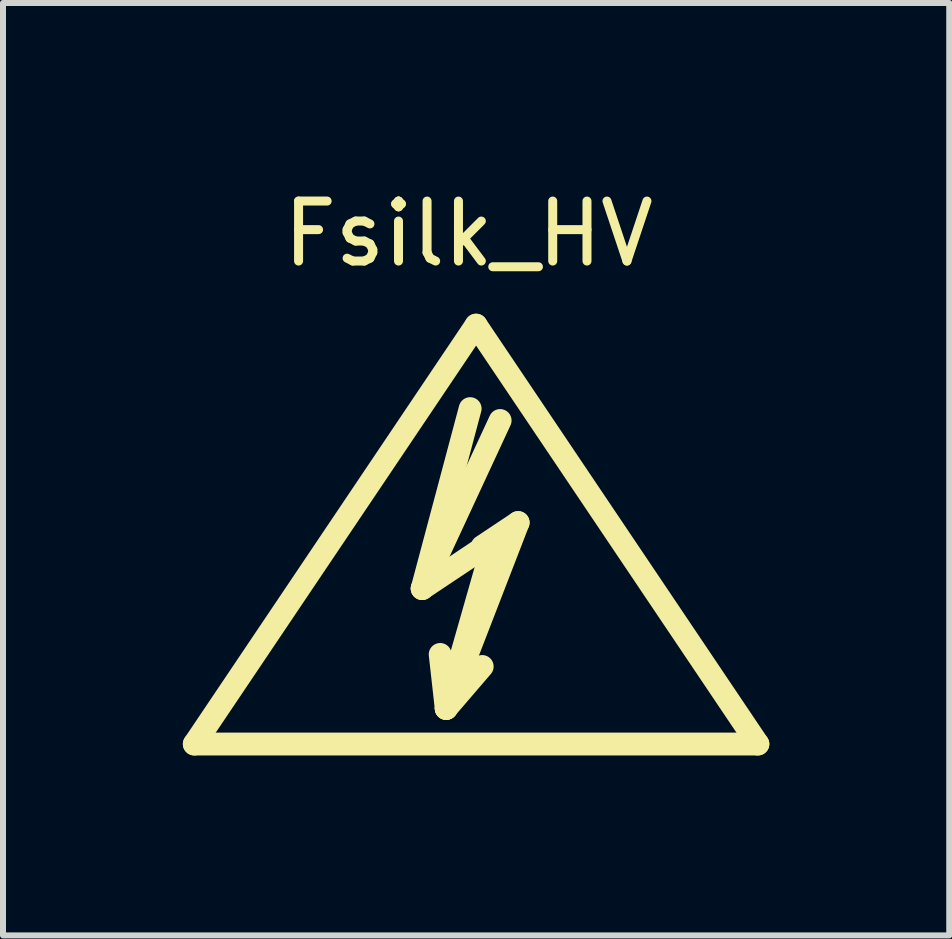
<source format=kicad_pcb>
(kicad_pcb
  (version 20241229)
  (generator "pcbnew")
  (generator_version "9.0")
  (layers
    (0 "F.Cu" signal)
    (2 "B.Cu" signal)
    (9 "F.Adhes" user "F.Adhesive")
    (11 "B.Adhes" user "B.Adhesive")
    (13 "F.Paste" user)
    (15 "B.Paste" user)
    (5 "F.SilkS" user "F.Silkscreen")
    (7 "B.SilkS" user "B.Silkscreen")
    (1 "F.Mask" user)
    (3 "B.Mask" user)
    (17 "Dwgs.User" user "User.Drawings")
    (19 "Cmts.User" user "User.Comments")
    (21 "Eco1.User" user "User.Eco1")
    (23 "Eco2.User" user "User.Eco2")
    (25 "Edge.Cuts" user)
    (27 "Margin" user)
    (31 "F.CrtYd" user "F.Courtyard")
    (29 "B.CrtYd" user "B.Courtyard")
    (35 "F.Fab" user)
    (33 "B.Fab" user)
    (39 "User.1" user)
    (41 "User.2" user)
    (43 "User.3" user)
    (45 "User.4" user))
  (footprint "Fsilk_HV"
    (layer "F.Cu")
    (at 4.889 6.563)
    (property "Reference" "Fsilk_HV" (at -0.127 -5.715 0) (layer "F.SilkS") (effects (font (size 1 1) (thickness 0.15))))
    (attr through_hole)
    (fp_line (start -4.699 2.794) (end 0 -4.191) (stroke (width 0.381) (type solid)) (layer "F.SilkS"))
    (fp_line (start -0.899 0.201) (end 0.3 -0.599) (stroke (width 0.381) (type solid)) (layer "F.SilkS"))
    (fp_line (start -0.899 0.201) (end 0.401 -2.601) (stroke (width 0.381) (type solid)) (layer "F.SilkS"))
    (fp_line (start -0.498 2.2) (end -0.599 1.3) (stroke (width 0.381) (type solid)) (layer "F.SilkS"))
    (fp_line (start -0.498 2.2) (end 0.102 1.501) (stroke (width 0.381) (type solid)) (layer "F.SilkS"))
    (fp_line (start -0.498 2.2) (end 0.701 -0.899) (stroke (width 0.381) (type solid)) (layer "F.SilkS"))
    (fp_line (start -0.099 -2.799) (end -0.899 0.201) (stroke (width 0.381) (type solid)) (layer "F.SilkS"))
    (fp_line (start 0 -4.191) (end 4.699 2.794) (stroke (width 0.381) (type solid)) (layer "F.SilkS"))
    (fp_line (start 0.3 -0.599) (end -0.498 2.2) (stroke (width 0.381) (type solid)) (layer "F.SilkS"))
    (fp_line (start 0.701 -0.899) (end 0.102 -0.5) (stroke (width 0.381) (type solid)) (layer "F.SilkS"))
    (fp_line (start 4.699 2.794) (end -4.699 2.794) (stroke (width 0.381) (type solid)) (layer "F.SilkS")))
  (gr_rect
    (start -3 -3)
    (end 12.779 12.548)
    (stroke (width 0.1) (type default))
    (fill no)
    (layer "Edge.Cuts")))
</source>
